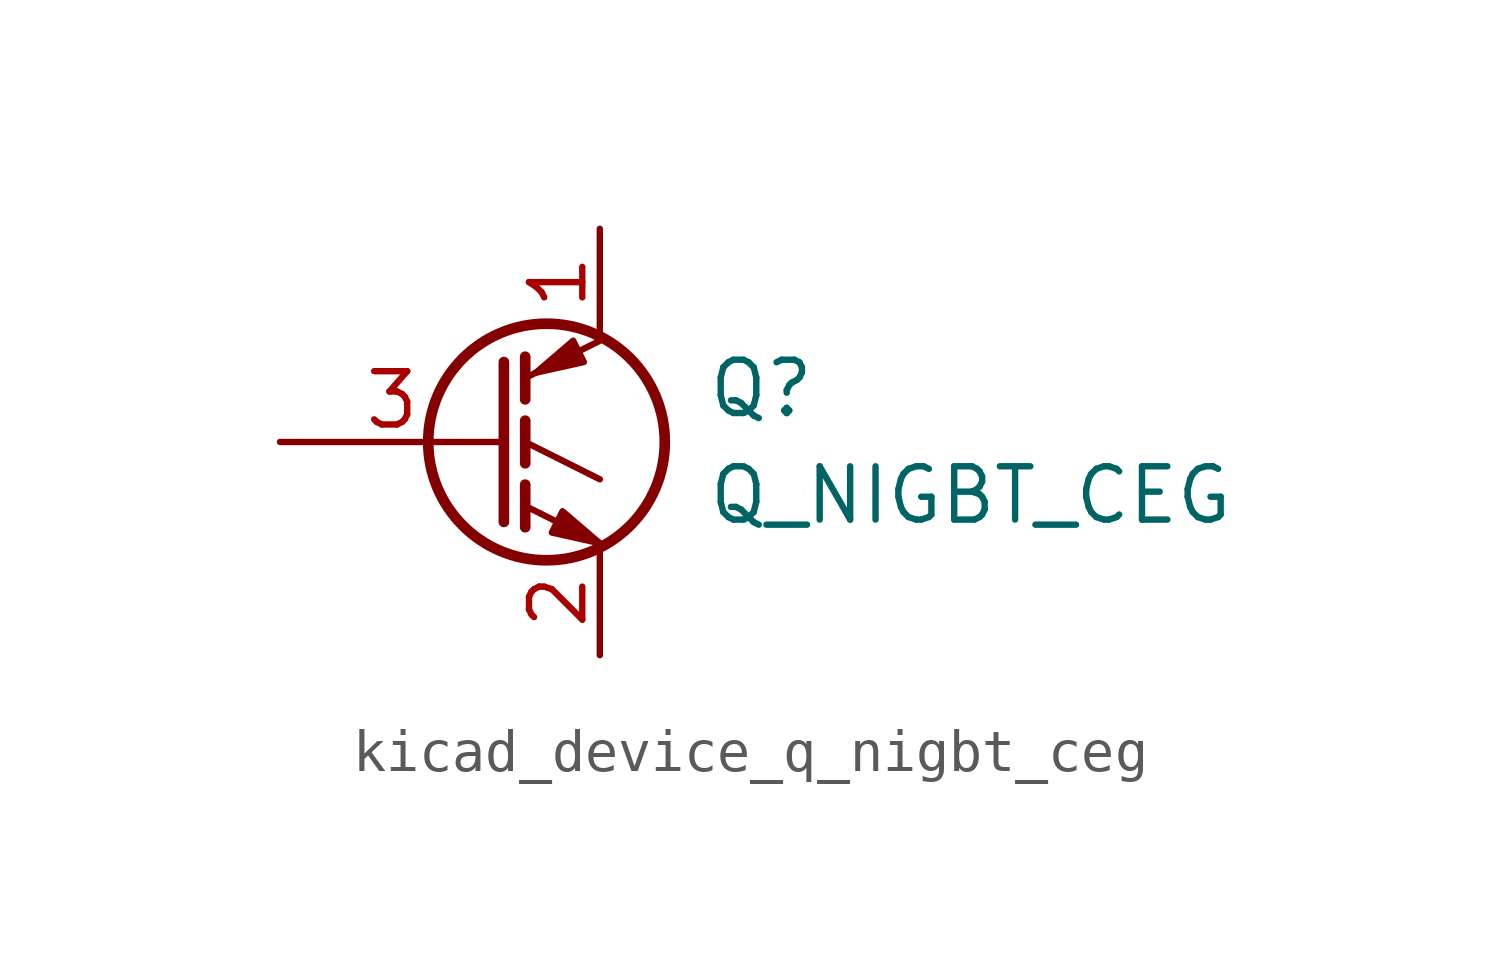
<source format=kicad_sym>
(kicad_symbol_lib
  (version 20220914)
  (generator kicad_symbol_editor)
  (symbol "kicad_device_q_nigbt_ceg"
    (pin_names
      (offset 0) hide)
    (property "Reference" "Q"
      (at 5.08 1.27 0)
      (effects (font (size 1.27 1.27)) (justify left)))
    (property "Value" "Q_NIGBT_CEG"
      (at 5.08 -1.27 0)
      (effects (font (size 1.27 1.27)) (justify left)))
    (symbol "kicad_device_q_nigbt_ceg_0_1"
      (polyline (pts (xy 0.762 -1.016) (xy 0.762 -2.032)) (stroke (width 0.254) (type default)) (fill (type none)))
      (polyline (pts (xy 0.762 0.508) (xy 0.762 -0.508)) (stroke (width 0.254) (type default)) (fill (type none)))
      (polyline (pts (xy 0.762 2.032) (xy 0.762 1.016)) (stroke (width 0.254) (type default)) (fill (type none)))
      (polyline (pts (xy 2.54 -2.413) (xy 0.762 -1.524)) (stroke (width 0) (type default)) (fill (type none)))
      (polyline (pts (xy 2.54 -0.889) (xy 0.762 0)) (stroke (width 0) (type default)) (fill (type none)))
      (polyline (pts (xy 2.54 2.413) (xy 0.762 1.524)) (stroke (width 0) (type default)) (fill (type none)))
      (polyline (pts (xy 0.254 1.905) (xy 0.254 -1.905) (xy 0.254 -1.905)) (stroke (width 0.254) (type default)) (fill (type none)))
      (polyline (pts (xy 1.397 -2.159) (xy 1.651 -1.651) (xy 2.54 -2.413) (xy 1.397 -2.159)) (stroke (width 0) (type default)) (fill (type outline)))
      (polyline (pts (xy 2.159 1.905) (xy 1.905 2.413) (xy 1.016 1.651) (xy 2.159 1.905)) (stroke (width 0) (type default)) (fill (type outline)))
      (circle (center 1.27 0) (radius 2.819) (stroke (width 0.254) (type default)) (fill (type none))))
    (symbol "kicad_device_q_nigbt_ceg_1_1"
      (pin passive line (at 2.54 5.08 270) (length 2.54) (name "C" (effects (font (size 1.27 1.27)))) (number "1" (effects (font (size 1.27 1.27)))))
      (pin passive line (at 2.54 -5.08 90) (length 2.54) (name "E" (effects (font (size 1.27 1.27)))) (number "2" (effects (font (size 1.27 1.27)))))
      (pin input line (at -5.08 0 0) (length 5.334) (name "G" (effects (font (size 1.27 1.27)))) (number "3" (effects (font (size 1.27 1.27))))))))
</source>
